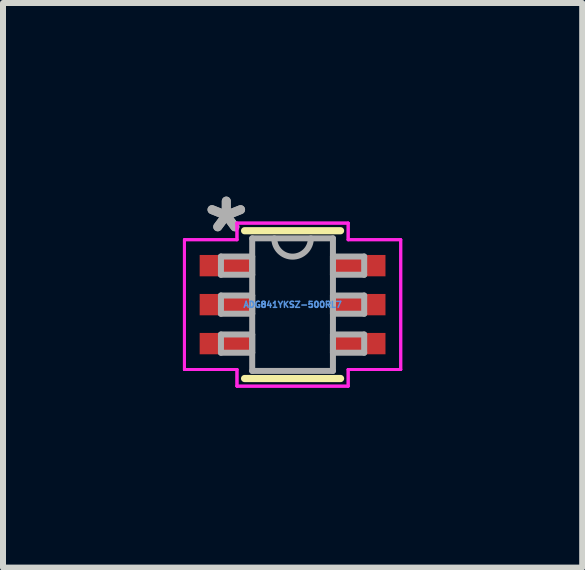
<source format=kicad_pcb>
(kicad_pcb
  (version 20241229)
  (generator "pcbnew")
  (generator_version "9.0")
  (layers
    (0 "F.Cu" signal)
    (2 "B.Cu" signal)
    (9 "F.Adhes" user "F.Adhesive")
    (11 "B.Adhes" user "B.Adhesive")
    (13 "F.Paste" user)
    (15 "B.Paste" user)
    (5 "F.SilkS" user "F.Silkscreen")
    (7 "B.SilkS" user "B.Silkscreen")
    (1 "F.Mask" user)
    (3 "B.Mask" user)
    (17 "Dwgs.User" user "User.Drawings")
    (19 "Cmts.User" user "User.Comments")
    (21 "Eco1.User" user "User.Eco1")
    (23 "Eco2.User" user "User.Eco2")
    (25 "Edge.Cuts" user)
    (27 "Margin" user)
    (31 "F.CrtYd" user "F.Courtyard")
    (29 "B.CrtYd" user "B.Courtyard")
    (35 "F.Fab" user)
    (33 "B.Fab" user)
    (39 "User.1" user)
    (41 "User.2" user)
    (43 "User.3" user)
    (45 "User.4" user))
  (footprint "ADG841YKSZ-500RL7"
    (layer "F.Cu")
    (at 1.828 2.029)
    (property "Reference" "ADG841YKSZ-500RL7" (at 0 0 0) (layer "Cmts.User") (effects (font (size 0.1 0.1) (thickness 0.025))))
    (attr through_hole)
    (fp_line (start -0.8 1.232) (end 0.8 1.232) (stroke (width 0.12) (type solid)) (layer "F.SilkS"))
    (fp_line (start 0.8 -1.232) (end -0.8 -1.232) (stroke (width 0.12) (type solid)) (layer "F.SilkS"))
    (fp_line (start -1.803 -1.082) (end -0.927 -1.082) (stroke (width 0.05) (type solid)) (layer "F.CrtYd"))
    (fp_line (start -1.803 -1.082) (end -0.927 -1.082) (stroke (width 0.05) (type solid)) (layer "F.CrtYd"))
    (fp_line (start -1.803 1.082) (end -1.803 -1.082) (stroke (width 0.05) (type solid)) (layer "F.CrtYd"))
    (fp_line (start -1.803 1.082) (end -1.803 -1.082) (stroke (width 0.05) (type solid)) (layer "F.CrtYd"))
    (fp_line (start -1.803 1.082) (end -0.927 1.082) (stroke (width 0.05) (type solid)) (layer "F.CrtYd"))
    (fp_line (start -0.927 -1.359) (end 0.927 -1.359) (stroke (width 0.05) (type solid)) (layer "F.CrtYd"))
    (fp_line (start -0.927 -1.359) (end 0.927 -1.359) (stroke (width 0.05) (type solid)) (layer "F.CrtYd"))
    (fp_line (start -0.927 -1.082) (end -0.927 -1.359) (stroke (width 0.05) (type solid)) (layer "F.CrtYd"))
    (fp_line (start -0.927 -1.082) (end -0.927 -1.359) (stroke (width 0.05) (type solid)) (layer "F.CrtYd"))
    (fp_line (start -0.927 1.082) (end -1.803 1.082) (stroke (width 0.05) (type solid)) (layer "F.CrtYd"))
    (fp_line (start -0.927 1.359) (end -0.927 1.082) (stroke (width 0.05) (type solid)) (layer "F.CrtYd"))
    (fp_line (start -0.927 1.359) (end -0.927 1.082) (stroke (width 0.05) (type solid)) (layer "F.CrtYd"))
    (fp_line (start 0.927 -1.359) (end 0.927 -1.082) (stroke (width 0.05) (type solid)) (layer "F.CrtYd"))
    (fp_line (start 0.927 -1.359) (end 0.927 -1.082) (stroke (width 0.05) (type solid)) (layer "F.CrtYd"))
    (fp_line (start 0.927 -1.082) (end 1.803 -1.082) (stroke (width 0.05) (type solid)) (layer "F.CrtYd"))
    (fp_line (start 0.927 1.082) (end 0.927 1.359) (stroke (width 0.05) (type solid)) (layer "F.CrtYd"))
    (fp_line (start 0.927 1.082) (end 0.927 1.359) (stroke (width 0.05) (type solid)) (layer "F.CrtYd"))
    (fp_line (start 0.927 1.359) (end -0.927 1.359) (stroke (width 0.05) (type solid)) (layer "F.CrtYd"))
    (fp_line (start 0.927 1.359) (end -0.927 1.359) (stroke (width 0.05) (type solid)) (layer "F.CrtYd"))
    (fp_line (start 1.803 -1.082) (end 0.927 -1.082) (stroke (width 0.05) (type solid)) (layer "F.CrtYd"))
    (fp_line (start 1.803 -1.082) (end 1.803 1.082) (stroke (width 0.05) (type solid)) (layer "F.CrtYd"))
    (fp_line (start 1.803 -1.082) (end 1.803 1.082) (stroke (width 0.05) (type solid)) (layer "F.CrtYd"))
    (fp_line (start 1.803 1.082) (end 0.927 1.082) (stroke (width 0.05) (type solid)) (layer "F.CrtYd"))
    (fp_line (start 1.803 1.082) (end 0.927 1.082) (stroke (width 0.05) (type solid)) (layer "F.CrtYd"))
    (fp_line (start -1.194 -0.802) (end -1.194 -0.498) (stroke (width 0.1) (type solid)) (layer "F.Fab"))
    (fp_line (start -1.194 -0.498) (end -0.673 -0.498) (stroke (width 0.1) (type solid)) (layer "F.Fab"))
    (fp_line (start -1.194 -0.152) (end -1.194 0.152) (stroke (width 0.1) (type solid)) (layer "F.Fab"))
    (fp_line (start -1.194 0.152) (end -0.673 0.152) (stroke (width 0.1) (type solid)) (layer "F.Fab"))
    (fp_line (start -1.194 0.498) (end -1.194 0.802) (stroke (width 0.1) (type solid)) (layer "F.Fab"))
    (fp_line (start -1.194 0.802) (end -0.673 0.802) (stroke (width 0.1) (type solid)) (layer "F.Fab"))
    (fp_line (start -0.673 -1.105) (end -0.673 1.105) (stroke (width 0.1) (type solid)) (layer "F.Fab"))
    (fp_line (start -0.673 -0.802) (end -1.194 -0.802) (stroke (width 0.1) (type solid)) (layer "F.Fab"))
    (fp_line (start -0.673 -0.498) (end -0.673 -0.802) (stroke (width 0.1) (type solid)) (layer "F.Fab"))
    (fp_line (start -0.673 -0.152) (end -1.194 -0.152) (stroke (width 0.1) (type solid)) (layer "F.Fab"))
    (fp_line (start -0.673 0.152) (end -0.673 -0.152) (stroke (width 0.1) (type solid)) (layer "F.Fab"))
    (fp_line (start -0.673 0.498) (end -1.194 0.498) (stroke (width 0.1) (type solid)) (layer "F.Fab"))
    (fp_line (start -0.673 0.802) (end -0.673 0.498) (stroke (width 0.1) (type solid)) (layer "F.Fab"))
    (fp_line (start -0.673 1.105) (end 0.673 1.105) (stroke (width 0.1) (type solid)) (layer "F.Fab"))
    (fp_line (start 0.673 -1.105) (end -0.673 -1.105) (stroke (width 0.1) (type solid)) (layer "F.Fab"))
    (fp_line (start 0.673 -0.802) (end 0.673 -0.498) (stroke (width 0.1) (type solid)) (layer "F.Fab"))
    (fp_line (start 0.673 -0.498) (end 1.194 -0.498) (stroke (width 0.1) (type solid)) (layer "F.Fab"))
    (fp_line (start 0.673 -0.152) (end 0.673 0.152) (stroke (width 0.1) (type solid)) (layer "F.Fab"))
    (fp_line (start 0.673 0.152) (end 1.194 0.152) (stroke (width 0.1) (type solid)) (layer "F.Fab"))
    (fp_line (start 0.673 0.498) (end 0.673 0.802) (stroke (width 0.1) (type solid)) (layer "F.Fab"))
    (fp_line (start 0.673 0.802) (end 1.194 0.802) (stroke (width 0.1) (type solid)) (layer "F.Fab"))
    (fp_line (start 0.673 1.105) (end 0.673 -1.105) (stroke (width 0.1) (type solid)) (layer "F.Fab"))
    (fp_line (start 1.194 -0.802) (end 0.673 -0.802) (stroke (width 0.1) (type solid)) (layer "F.Fab"))
    (fp_line (start 1.194 -0.498) (end 1.194 -0.802) (stroke (width 0.1) (type solid)) (layer "F.Fab"))
    (fp_line (start 1.194 -0.152) (end 0.673 -0.152) (stroke (width 0.1) (type solid)) (layer "F.Fab"))
    (fp_line (start 1.194 0.152) (end 1.194 -0.152) (stroke (width 0.1) (type solid)) (layer "F.Fab"))
    (fp_line (start 1.194 0.498) (end 0.673 0.498) (stroke (width 0.1) (type solid)) (layer "F.Fab"))
    (fp_line (start 1.194 0.802) (end 1.194 0.498) (stroke (width 0.1) (type solid)) (layer "F.Fab"))
    (fp_arc (start 0.3048 -1.1049) (mid 0 -0.8001) (end -0.3048 -1.1049) (stroke (width 0.1) (type solid)) (layer "F.Fab"))
    (fp_text user "*" (at -1.105 -1.181 0) (layer "F.Fab") (effects (font (size 1 1) (thickness 0.15))))
    (fp_text user "*" (at -1.105 -1.181 0) (layer "F.Fab") (effects (font (size 1 1) (thickness 0.15))))
    (pad "1" smd rect (at -1.111 -0.65) (size 0.876 0.356) (layers "F.Cu" "F.Mask" "F.Paste"))
    (pad "2" smd rect (at -1.111 0) (size 0.876 0.356) (layers "F.Cu" "F.Mask" "F.Paste"))
    (pad "3" smd rect (at -1.111 0.65) (size 0.876 0.356) (layers "F.Cu" "F.Mask" "F.Paste"))
    (pad "4" smd rect (at 1.111 0.65) (size 0.876 0.356) (layers "F.Cu" "F.Mask" "F.Paste"))
    (pad "5" smd rect (at 1.111 0) (size 0.876 0.356) (layers "F.Cu" "F.Mask" "F.Paste"))
    (pad "6" smd rect (at 1.111 -0.65) (size 0.876 0.356) (layers "F.Cu" "F.Mask" "F.Paste")))
  (gr_rect
    (start -3 -3)
    (end 6.657 6.413)
    (stroke (width 0.1) (type default))
    (fill no)
    (layer "Edge.Cuts")))
</source>
